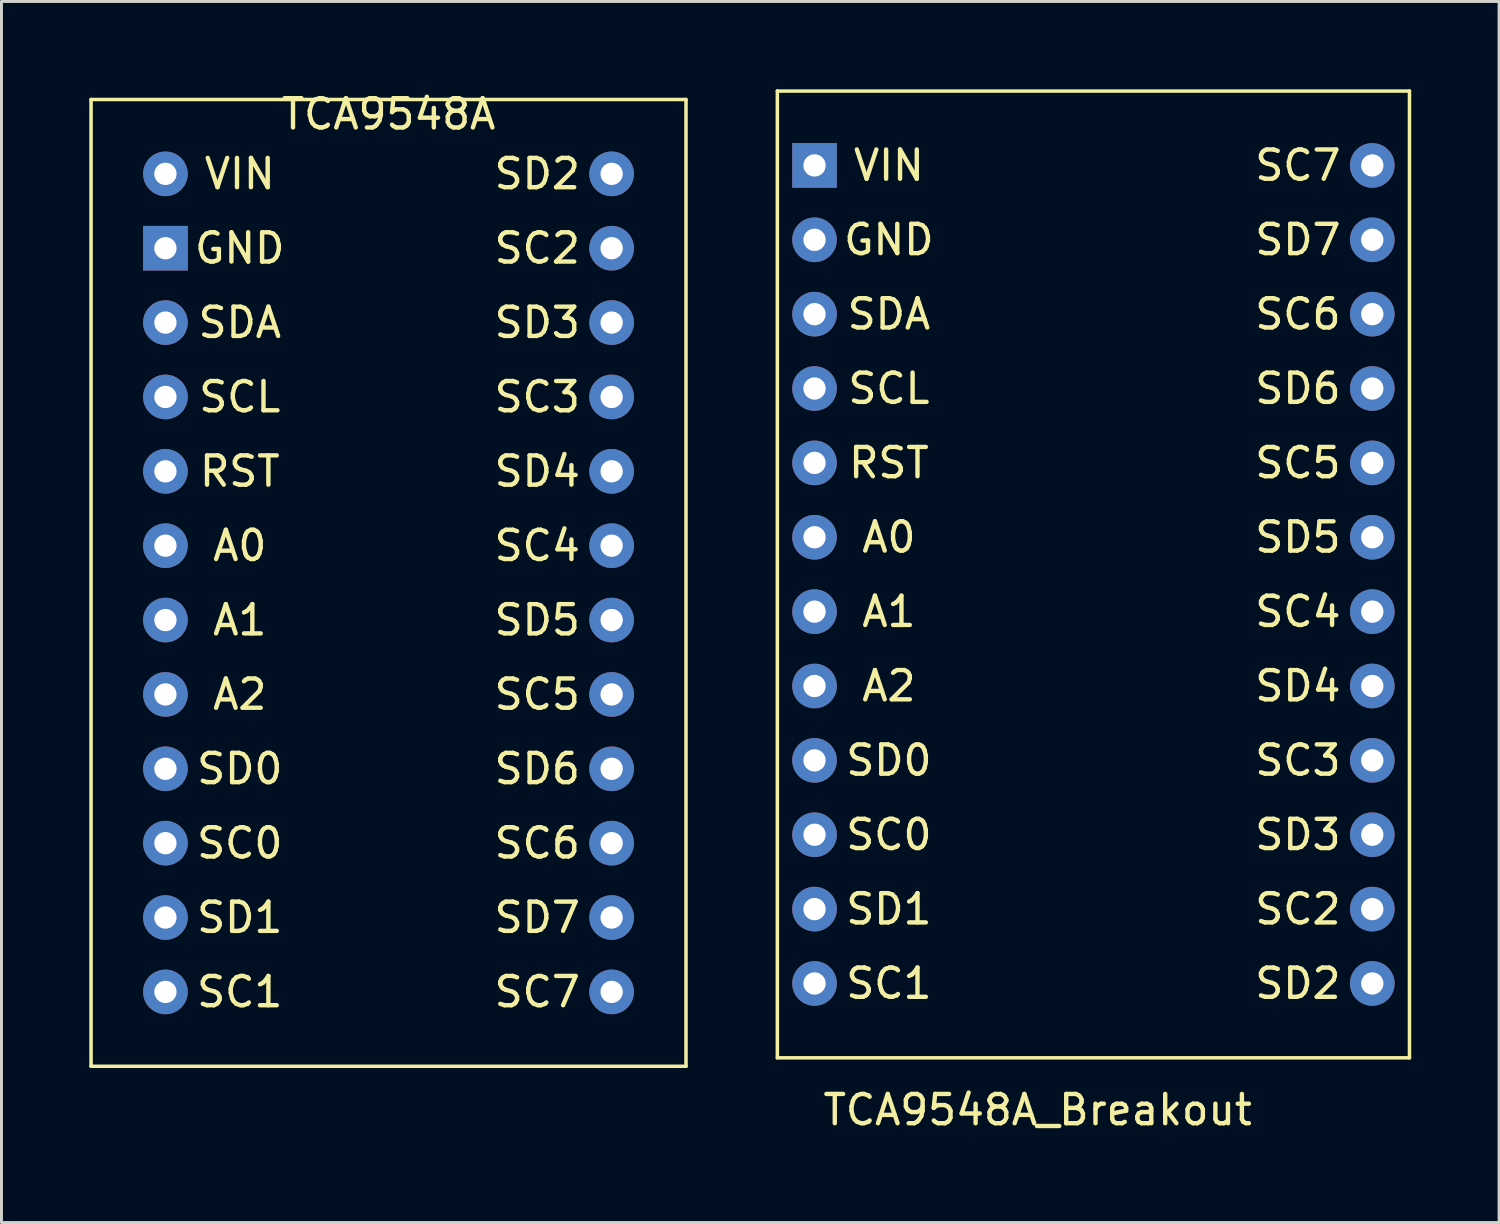
<source format=kicad_pcb>
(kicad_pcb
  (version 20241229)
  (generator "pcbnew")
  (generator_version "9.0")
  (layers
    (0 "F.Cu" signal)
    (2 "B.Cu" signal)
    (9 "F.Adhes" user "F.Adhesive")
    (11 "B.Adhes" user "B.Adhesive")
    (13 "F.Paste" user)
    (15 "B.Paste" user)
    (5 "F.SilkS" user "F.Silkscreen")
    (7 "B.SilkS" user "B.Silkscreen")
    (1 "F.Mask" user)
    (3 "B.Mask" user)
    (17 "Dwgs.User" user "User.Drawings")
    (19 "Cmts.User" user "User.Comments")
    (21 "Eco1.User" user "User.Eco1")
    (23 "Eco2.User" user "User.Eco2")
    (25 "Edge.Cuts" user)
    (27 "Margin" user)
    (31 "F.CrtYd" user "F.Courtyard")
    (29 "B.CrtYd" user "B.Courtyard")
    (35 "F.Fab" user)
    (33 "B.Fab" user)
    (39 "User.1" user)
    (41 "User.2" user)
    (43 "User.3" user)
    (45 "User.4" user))
  (footprint "TCA9548A"
    (layer "F.Cu")
    (at 10.22 15.588)
    (property "Reference" "TCA9548A" (at 0 -14.74 0) (layer "F.SilkS") (effects (font (size 1 1) (thickness 0.15))))
    (attr through_hole)
    (fp_line (start -10.16 -15.24) (end -10.16 17.78) (stroke (width 0.12) (type solid)) (layer "F.SilkS"))
    (fp_line (start -10.16 17.78) (end 10.16 17.78) (stroke (width 0.12) (type solid)) (layer "F.SilkS"))
    (fp_line (start 10.16 -15.24) (end -10.16 -15.24) (stroke (width 0.12) (type solid)) (layer "F.SilkS"))
    (fp_line (start 10.16 17.78) (end 10.16 -15.24) (stroke (width 0.12) (type solid)) (layer "F.SilkS"))
    (fp_text user "GND" (at -5.08 -10.16 0) (layer "F.SilkS") (effects (font (size 1 1) (thickness 0.15))))
    (fp_text user "SD3" (at 5.08 -7.62 0) (layer "F.SilkS") (effects (font (size 1 1) (thickness 0.15))))
    (fp_text user "SD2" (at 5.08 -12.7 0) (layer "F.SilkS") (effects (font (size 1 1) (thickness 0.15))))
    (fp_text user "SD5" (at 5.08 2.54 0) (layer "F.SilkS") (effects (font (size 1 1) (thickness 0.15))))
    (fp_text user "SC3" (at 5.08 -5.08 0) (layer "F.SilkS") (effects (font (size 1 1) (thickness 0.15))))
    (fp_text user "A2" (at -5.08 5.08 0) (layer "F.SilkS") (effects (font (size 1 1) (thickness 0.15))))
    (fp_text user "VIN" (at -5.08 -12.7 0) (layer "F.SilkS") (effects (font (size 1 1) (thickness 0.15))))
    (fp_text user "SC0" (at -5.08 10.16 0) (layer "F.SilkS") (effects (font (size 1 1) (thickness 0.15))))
    (fp_text user "SD0" (at -5.08 7.62 0) (layer "F.SilkS") (effects (font (size 1 1) (thickness 0.15))))
    (fp_text user "SDA" (at -5.08 -7.62 0) (layer "F.SilkS") (effects (font (size 1 1) (thickness 0.15))))
    (fp_text user "SC1" (at -5.08 15.24 0) (layer "F.SilkS") (effects (font (size 1 1) (thickness 0.15))))
    (fp_text user "SD4" (at 5.08 -2.54 0) (layer "F.SilkS") (effects (font (size 1 1) (thickness 0.15))))
    (fp_text user "SC4" (at 5.08 0 0) (layer "F.SilkS") (effects (font (size 1 1) (thickness 0.15))))
    (fp_text user "SC5" (at 5.08 5.08 0) (layer "F.SilkS") (effects (font (size 1 1) (thickness 0.15))))
    (fp_text user "SD1" (at -5.08 12.7 0) (layer "F.SilkS") (effects (font (size 1 1) (thickness 0.15))))
    (fp_text user "SC2" (at 5.08 -10.16 0) (layer "F.SilkS") (effects (font (size 1 1) (thickness 0.15))))
    (fp_text user "SC7" (at 5.08 15.24 0) (layer "F.SilkS") (effects (font (size 1 1) (thickness 0.15))))
    (fp_text user "SD6" (at 5.08 7.62 0) (layer "F.SilkS") (effects (font (size 1 1) (thickness 0.15))))
    (fp_text user "A0" (at -5.08 0 0) (layer "F.SilkS") (effects (font (size 1 1) (thickness 0.15))))
    (fp_text user "RST" (at -5.08 -2.54 0) (layer "F.SilkS") (effects (font (size 1 1) (thickness 0.15))))
    (fp_text user "SC6" (at 5.08 10.16 0) (layer "F.SilkS") (effects (font (size 1 1) (thickness 0.15))))
    (fp_text user "SD7" (at 5.08 12.7 0) (layer "F.SilkS") (effects (font (size 1 1) (thickness 0.15))))
    (fp_text user "A1" (at -5.08 2.54 0) (layer "F.SilkS") (effects (font (size 1 1) (thickness 0.15))))
    (fp_text user "SCL" (at -5.08 -5.08 0) (layer "F.SilkS") (effects (font (size 1 1) (thickness 0.15))))
    (pad "1" thru_hole circle (at -7.62 7.62) (size 1.524 1.524) (drill 0.762) (layers "*.Cu" "*.Mask"))
    (pad "2" thru_hole circle (at -7.62 10.16) (size 1.524 1.524) (drill 0.762) (layers "*.Cu" "*.Mask"))
    (pad "3" thru_hole circle (at -7.62 12.7) (size 1.524 1.524) (drill 0.762) (layers "*.Cu" "*.Mask"))
    (pad "4" thru_hole circle (at -7.62 15.24) (size 1.524 1.524) (drill 0.762) (layers "*.Cu" "*.Mask"))
    (pad "5" thru_hole circle (at 7.62 -12.7) (size 1.524 1.524) (drill 0.762) (layers "*.Cu" "*.Mask"))
    (pad "6" thru_hole circle (at 7.62 -10.16) (size 1.524 1.524) (drill 0.762) (layers "*.Cu" "*.Mask"))
    (pad "7" thru_hole circle (at 7.62 -7.62) (size 1.524 1.524) (drill 0.762) (layers "*.Cu" "*.Mask"))
    (pad "8" thru_hole circle (at 7.62 -5.08) (size 1.524 1.524) (drill 0.762) (layers "*.Cu" "*.Mask"))
    (pad "9" thru_hole rect (at -7.62 -10.16) (size 1.524 1.524) (drill 0.762) (layers "*.Cu" "*.Mask"))
    (pad "10" thru_hole circle (at 7.62 -2.54) (size 1.524 1.524) (drill 0.762) (layers "*.Cu" "*.Mask"))
    (pad "11" thru_hole circle (at 7.62 0) (size 1.524 1.524) (drill 0.762) (layers "*.Cu" "*.Mask"))
    (pad "12" thru_hole circle (at 7.62 2.54) (size 1.524 1.524) (drill 0.762) (layers "*.Cu" "*.Mask"))
    (pad "13" thru_hole circle (at 7.62 5.08) (size 1.524 1.524) (drill 0.762) (layers "*.Cu" "*.Mask"))
    (pad "14" thru_hole circle (at 7.62 7.62) (size 1.524 1.524) (drill 0.762) (layers "*.Cu" "*.Mask"))
    (pad "15" thru_hole circle (at 7.62 10.16) (size 1.524 1.524) (drill 0.762) (layers "*.Cu" "*.Mask"))
    (pad "16" thru_hole circle (at 7.62 12.7) (size 1.524 1.524) (drill 0.762) (layers "*.Cu" "*.Mask"))
    (pad "17" thru_hole circle (at 7.62 15.24) (size 1.524 1.524) (drill 0.762) (layers "*.Cu" "*.Mask"))
    (pad "18" thru_hole circle (at -7.62 5.08) (size 1.524 1.524) (drill 0.762) (layers "*.Cu" "*.Mask"))
    (pad "19" thru_hole circle (at -7.62 -5.08) (size 1.524 1.524) (drill 0.762) (layers "*.Cu" "*.Mask"))
    (pad "20" thru_hole circle (at -7.62 -7.62) (size 1.524 1.524) (drill 0.762) (layers "*.Cu" "*.Mask"))
    (pad "21" thru_hole circle (at -7.62 -12.7) (size 1.524 1.524) (drill 0.762) (layers "*.Cu" "*.Mask"))
    (pad "22" thru_hole circle (at -7.62 0) (size 1.524 1.524) (drill 0.762) (layers "*.Cu" "*.Mask"))
    (pad "23" thru_hole circle (at -7.62 2.54) (size 1.524 1.524) (drill 0.762) (layers "*.Cu" "*.Mask"))
    (pad "24" thru_hole circle (at -7.62 -2.54) (size 1.524 1.524) (drill 0.762) (layers "*.Cu" "*.Mask")))
  (footprint "TCA9548A_Breakout"
    (layer "F.Cu")
    (at 32.39 15.3)
    (property "Reference" "TCA9548A_Breakout" (at 0 19.558 0) (layer "F.SilkS") (effects (font (size 1 1) (thickness 0.15))))
    (attr through_hole)
    (fp_line (start -8.89 -15.24) (end -8.89 17.78) (stroke (width 0.12) (type solid)) (layer "F.SilkS"))
    (fp_line (start -8.89 17.78) (end 12.7 17.78) (stroke (width 0.12) (type solid)) (layer "F.SilkS"))
    (fp_line (start 12.7 -15.24) (end -8.89 -15.24) (stroke (width 0.12) (type solid)) (layer "F.SilkS"))
    (fp_line (start 12.7 17.78) (end 12.7 -15.24) (stroke (width 0.12) (type solid)) (layer "F.SilkS"))
    (fp_text user "SD0" (at -5.08 7.62 0) (layer "F.SilkS") (effects (font (size 1 1) (thickness 0.15))))
    (fp_text user "A1" (at -5.08 2.54 0) (layer "F.SilkS") (effects (font (size 1 1) (thickness 0.15))))
    (fp_text user "SDA" (at -5.08 -7.62 0) (layer "F.SilkS") (effects (font (size 1 1) (thickness 0.15))))
    (fp_text user "SC0" (at -5.08 10.16 0) (layer "F.SilkS") (effects (font (size 1 1) (thickness 0.15))))
    (fp_text user "SD2" (at 8.89 15.24 0) (layer "F.SilkS") (effects (font (size 1 1) (thickness 0.15))))
    (fp_text user "SD1" (at -5.08 12.7 0) (layer "F.SilkS") (effects (font (size 1 1) (thickness 0.15))))
    (fp_text user "SC2" (at 8.89 12.7 0) (layer "F.SilkS") (effects (font (size 1 1) (thickness 0.15))))
    (fp_text user "SD5" (at 8.89 0 0) (layer "F.SilkS") (effects (font (size 1 1) (thickness 0.15))))
    (fp_text user "A0" (at -5.08 0 0) (layer "F.SilkS") (effects (font (size 1 1) (thickness 0.15))))
    (fp_text user "SC4" (at 8.89 2.54 0) (layer "F.SilkS") (effects (font (size 1 1) (thickness 0.15))))
    (fp_text user "GND" (at -5.08 -10.16 0) (layer "F.SilkS") (effects (font (size 1 1) (thickness 0.15))))
    (fp_text user "VIN" (at -5.08 -12.7 0) (layer "F.SilkS") (effects (font (size 1 1) (thickness 0.15))))
    (fp_text user "SC5" (at 8.89 -2.54 0) (layer "F.SilkS") (effects (font (size 1 1) (thickness 0.15))))
    (fp_text user "SD6" (at 8.89 -5.08 0) (layer "F.SilkS") (effects (font (size 1 1) (thickness 0.15))))
    (fp_text user "SCL" (at -5.08 -5.08 0) (layer "F.SilkS") (effects (font (size 1 1) (thickness 0.15))))
    (fp_text user "SD3" (at 8.89 10.16 0) (layer "F.SilkS") (effects (font (size 1 1) (thickness 0.15))))
    (fp_text user "A2" (at -5.08 5.08 0) (layer "F.SilkS") (effects (font (size 1 1) (thickness 0.15))))
    (fp_text user "SD4" (at 8.89 5.08 0) (layer "F.SilkS") (effects (font (size 1 1) (thickness 0.15))))
    (fp_text user "SC3" (at 8.89 7.62 0) (layer "F.SilkS") (effects (font (size 1 1) (thickness 0.15))))
    (fp_text user "SC6" (at 8.89 -7.62 0) (layer "F.SilkS") (effects (font (size 1 1) (thickness 0.15))))
    (fp_text user "SD7" (at 8.89 -10.16 0) (layer "F.SilkS") (effects (font (size 1 1) (thickness 0.15))))
    (fp_text user "RST" (at -5.08 -2.54 0) (layer "F.SilkS") (effects (font (size 1 1) (thickness 0.15))))
    (fp_text user "SC7" (at 8.89 -12.7 0) (layer "F.SilkS") (effects (font (size 1 1) (thickness 0.15))))
    (fp_text user "SC1" (at -5.08 15.24 0) (layer "F.SilkS") (effects (font (size 1 1) (thickness 0.15))))
    (pad "1" thru_hole rect (at -7.62 -12.7) (size 1.524 1.524) (drill 0.762) (layers "*.Cu" "*.Mask"))
    (pad "2" thru_hole circle (at -7.62 -10.16) (size 1.524 1.524) (drill 0.762) (layers "*.Cu" "*.Mask"))
    (pad "3" thru_hole circle (at -7.62 -7.62) (size 1.524 1.524) (drill 0.762) (layers "*.Cu" "*.Mask"))
    (pad "4" thru_hole circle (at -7.62 -5.08) (size 1.524 1.524) (drill 0.762) (layers "*.Cu" "*.Mask"))
    (pad "5" thru_hole circle (at -7.62 -2.54) (size 1.524 1.524) (drill 0.762) (layers "*.Cu" "*.Mask"))
    (pad "6" thru_hole circle (at -7.62 0) (size 1.524 1.524) (drill 0.762) (layers "*.Cu" "*.Mask"))
    (pad "7" thru_hole circle (at -7.62 2.54) (size 1.524 1.524) (drill 0.762) (layers "*.Cu" "*.Mask"))
    (pad "8" thru_hole circle (at -7.62 5.08) (size 1.524 1.524) (drill 0.762) (layers "*.Cu" "*.Mask"))
    (pad "9" thru_hole circle (at -7.62 7.62) (size 1.524 1.524) (drill 0.762) (layers "*.Cu" "*.Mask"))
    (pad "10" thru_hole circle (at -7.62 10.16) (size 1.524 1.524) (drill 0.762) (layers "*.Cu" "*.Mask"))
    (pad "11" thru_hole circle (at -7.62 12.7) (size 1.524 1.524) (drill 0.762) (layers "*.Cu" "*.Mask"))
    (pad "12" thru_hole circle (at -7.62 15.24) (size 1.524 1.524) (drill 0.762) (layers "*.Cu" "*.Mask"))
    (pad "13" thru_hole circle (at 11.43 15.24) (size 1.524 1.524) (drill 0.762) (layers "*.Cu" "*.Mask"))
    (pad "14" thru_hole circle (at 11.43 12.7) (size 1.524 1.524) (drill 0.762) (layers "*.Cu" "*.Mask"))
    (pad "15" thru_hole circle (at 11.43 10.16) (size 1.524 1.524) (drill 0.762) (layers "*.Cu" "*.Mask"))
    (pad "16" thru_hole circle (at 11.43 7.62) (size 1.524 1.524) (drill 0.762) (layers "*.Cu" "*.Mask"))
    (pad "17" thru_hole circle (at 11.43 5.08) (size 1.524 1.524) (drill 0.762) (layers "*.Cu" "*.Mask"))
    (pad "18" thru_hole circle (at 11.43 2.54) (size 1.524 1.524) (drill 0.762) (layers "*.Cu" "*.Mask"))
    (pad "19" thru_hole circle (at 11.43 0) (size 1.524 1.524) (drill 0.762) (layers "*.Cu" "*.Mask"))
    (pad "20" thru_hole circle (at 11.43 -2.54) (size 1.524 1.524) (drill 0.762) (layers "*.Cu" "*.Mask"))
    (pad "21" thru_hole circle (at 11.43 -5.08) (size 1.524 1.524) (drill 0.762) (layers "*.Cu" "*.Mask"))
    (pad "22" thru_hole circle (at 11.43 -7.62) (size 1.524 1.524) (drill 0.762) (layers "*.Cu" "*.Mask"))
    (pad "23" thru_hole circle (at 11.43 -10.16) (size 1.524 1.524) (drill 0.762) (layers "*.Cu" "*.Mask"))
    (pad "24" thru_hole circle (at 11.43 -12.7) (size 1.524 1.524) (drill 0.762) (layers "*.Cu" "*.Mask")))
  (gr_rect
    (start -3 -3)
    (end 48.15 38.706)
    (stroke (width 0.1) (type default))
    (fill no)
    (layer "Edge.Cuts")))
</source>
